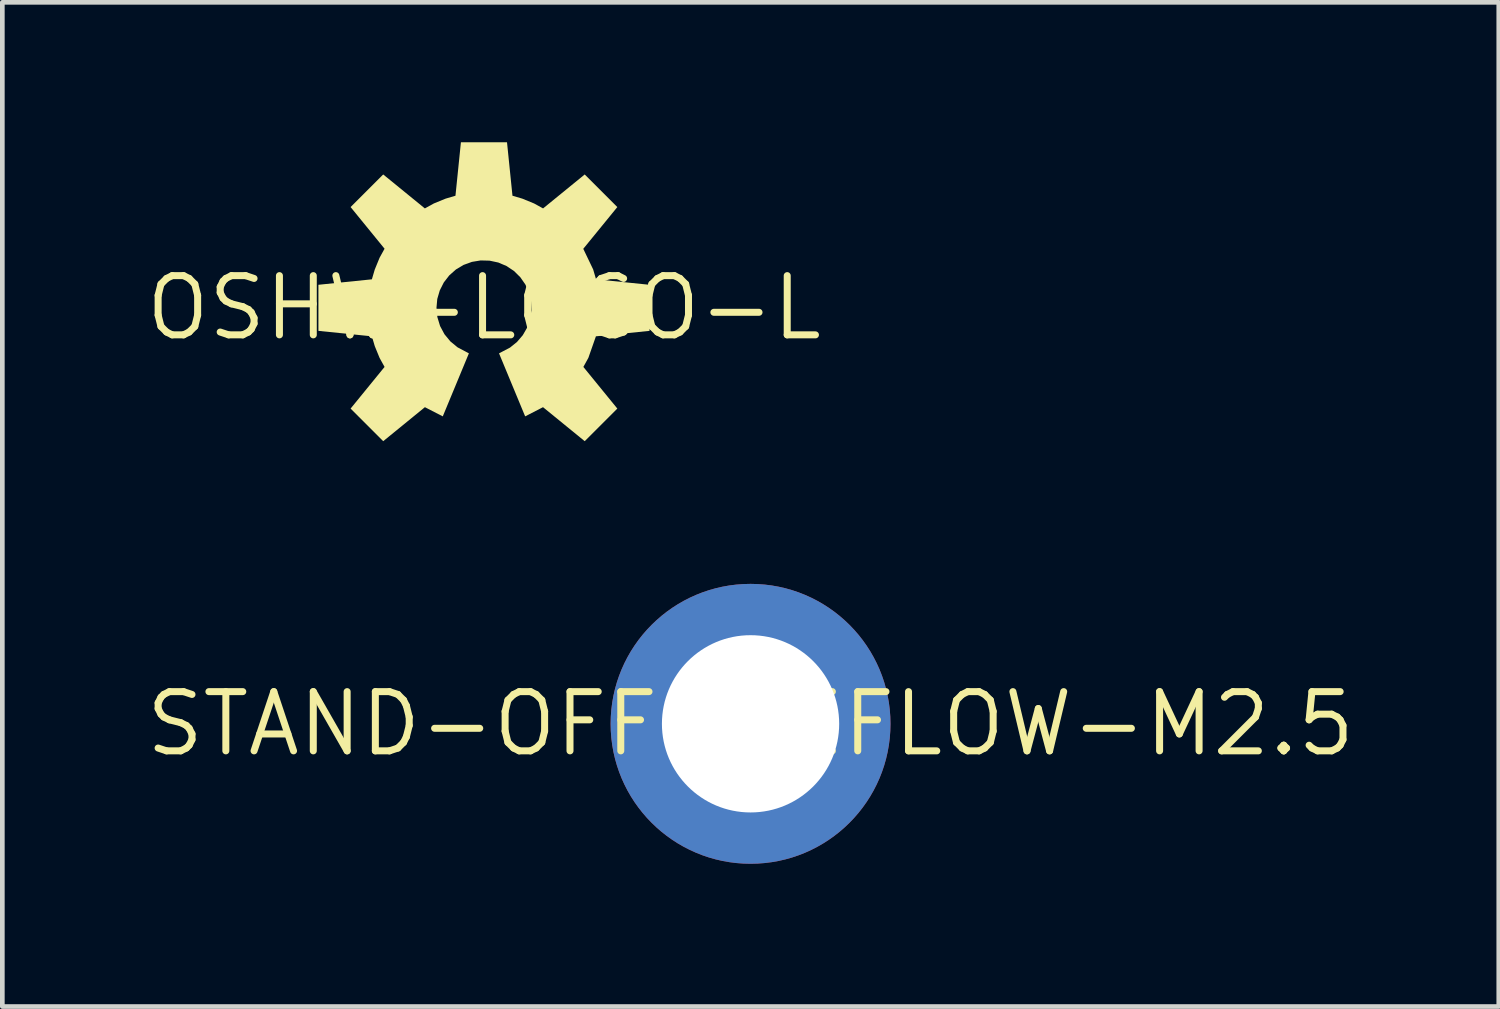
<source format=kicad_pcb>
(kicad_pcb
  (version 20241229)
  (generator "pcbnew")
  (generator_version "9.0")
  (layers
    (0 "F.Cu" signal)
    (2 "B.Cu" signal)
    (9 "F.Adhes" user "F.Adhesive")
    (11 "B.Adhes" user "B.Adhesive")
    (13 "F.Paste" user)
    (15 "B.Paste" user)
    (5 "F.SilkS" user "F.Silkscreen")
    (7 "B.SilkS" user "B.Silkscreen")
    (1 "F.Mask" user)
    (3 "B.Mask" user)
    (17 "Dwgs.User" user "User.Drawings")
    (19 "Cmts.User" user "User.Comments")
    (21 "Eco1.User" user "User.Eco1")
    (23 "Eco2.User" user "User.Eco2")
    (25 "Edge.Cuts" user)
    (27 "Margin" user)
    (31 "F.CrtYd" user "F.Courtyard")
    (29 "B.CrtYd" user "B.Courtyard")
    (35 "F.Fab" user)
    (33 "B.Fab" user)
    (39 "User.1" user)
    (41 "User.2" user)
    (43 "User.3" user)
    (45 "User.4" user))
  (footprint "STAND-OFF-REFLOW-M2.5"
    (layer "F.Cu")
    (at 13.04 12.467)
    (property "Reference" "STAND-OFF-REFLOW-M2.5" (at 0 0 0) (layer "F.SilkS") (effects (font (size 1.27 1.27) (thickness 0.15))))
    (fp_poly (pts (xy -1.713 0.865) (xy -1.596 1.079) (xy -1.45 1.276) (xy -1.276 1.45) (xy -1.079 1.596) (xy -0.863 1.714) (xy -0.633 1.799) (xy 0.073 1.95) (xy -0.35 1.95) (xy -0.35 3.06) (xy -0.737 2.992) (xy -1.059 2.898) (xy -1.369 2.768) (xy -1.662 2.605) (xy -1.936 2.41) (xy -2.186 2.186) (xy -2.41 1.936) (xy -2.605 1.662) (xy -2.768 1.369) (xy -2.898 1.059) (xy -2.992 0.737) (xy -3.049 0.409) (xy -3 0.4) (xy -3 0.35) (xy -1.862 0.35)) (stroke (width 0) (type default)) (fill yes) (layer "F.Paste"))
    (fp_poly (pts (xy -0.4 -3) (xy -0.35 -3) (xy -0.35 -1.862) (xy -0.865 -1.713) (xy -1.079 -1.596) (xy -1.276 -1.45) (xy -1.45 -1.276) (xy -1.596 -1.079) (xy -1.714 -0.863) (xy -1.799 -0.633) (xy -1.95 0.073) (xy -1.95 -0.35) (xy -3.06 -0.35) (xy -2.992 -0.737) (xy -2.898 -1.059) (xy -2.768 -1.369) (xy -2.605 -1.662) (xy -2.41 -1.936) (xy -2.186 -2.186) (xy -1.936 -2.41) (xy -1.662 -2.605) (xy -1.369 -2.768) (xy -1.059 -2.898) (xy -0.737 -2.992) (xy -0.409 -3.049)) (stroke (width 0) (type default)) (fill yes) (layer "F.Paste"))
    (fp_poly (pts (xy 0.737 -2.992) (xy 1.059 -2.898) (xy 1.369 -2.768) (xy 1.662 -2.605) (xy 1.936 -2.41) (xy 2.186 -2.186) (xy 2.41 -1.936) (xy 2.605 -1.662) (xy 2.768 -1.369) (xy 2.898 -1.059) (xy 2.992 -0.737) (xy 3.049 -0.409) (xy 3 -0.4) (xy 3 -0.35) (xy 1.86 -0.35) (xy 1.799 -0.633) (xy 1.714 -0.863) (xy 1.596 -1.079) (xy 1.45 -1.276) (xy 1.276 -1.45) (xy 1.079 -1.596) (xy 0.863 -1.714) (xy 0.633 -1.799) (xy -0.073 -1.95) (xy 0.35 -1.95) (xy 0.35 -3.06)) (stroke (width 0) (type default)) (fill yes) (layer "F.Paste"))
    (fp_poly (pts (xy 1.95 0.35) (xy 3.06 0.35) (xy 2.992 0.737) (xy 2.898 1.059) (xy 2.768 1.369) (xy 2.605 1.662) (xy 2.41 1.936) (xy 2.186 2.186) (xy 1.936 2.41) (xy 1.662 2.605) (xy 1.369 2.768) (xy 1.059 2.898) (xy 0.737 2.992) (xy 0.409 3.049) (xy 0.4 3) (xy 0.35 3) (xy 0.35 1.86) (xy 0.633 1.799) (xy 0.863 1.714) (xy 1.079 1.596) (xy 1.276 1.45) (xy 1.45 1.276) (xy 1.596 1.079) (xy 1.714 0.863) (xy 1.799 0.633) (xy 1.95 -0.073)) (stroke (width 0) (type default)) (fill yes) (layer "F.Paste"))
    (pad "1" thru_hole circle (at 0 0 180) (size 6 6) (drill 3.8) (layers "*.Cu" "*.Mask")))
  (footprint "OSHW-LOGO-L"
    (layer "F.Cu")
    (at 7.325 3.549)
    (property "Reference" "OSHW-LOGO-L" (at 0 0 0) (layer "F.SilkS") (effects (font (size 1.27 1.27) (thickness 0.15))))
    (fp_poly (pts (xy 0.611 -2.403) (xy 0.821 -2.341) (xy 1.075 -2.237) (xy 1.267 -2.131) (xy 2.16 -2.859) (xy 2.859 -2.16) (xy 2.129 -1.265) (xy 2.341 -0.823) (xy 2.403 -0.611) (xy 3.549 -0.494) (xy 3.549 0.494) (xy 2.4 0.611) (xy 2.238 1.073) (xy 2.131 1.267) (xy 2.859 2.16) (xy 2.16 2.859) (xy 1.266 2.13) (xy 0.883 2.327) (xy 0.323 0.976) (xy 0.559 0.852) (xy 0.708 0.732) (xy 0.832 0.587) (xy 0.927 0.422) (xy 0.989 0.241) (xy 1.017 0.052) (xy 1.009 -0.139) (xy 0.965 -0.325) (xy 0.888 -0.499) (xy 0.779 -0.656) (xy 0.643 -0.79) (xy 0.484 -0.896) (xy 0.308 -0.971) (xy 0.121 -1.011) (xy -0.07 -1.016) (xy -0.258 -0.985) (xy -0.437 -0.92) (xy -0.601 -0.822) (xy -0.744 -0.695) (xy -0.861 -0.544) (xy -0.947 -0.374) (xy -1.001 -0.19) (xy -1.018 -0.000157) (xy -0.999 0.199) (xy -0.941 0.39) (xy -0.847 0.566) (xy -0.72 0.72) (xy -0.566 0.847) (xy -0.323 0.976) (xy -0.883 2.327) (xy -1.266 2.13) (xy -2.16 2.859) (xy -2.859 2.16) (xy -2.131 1.267) (xy -2.237 1.075) (xy -2.341 0.821) (xy -2.403 0.611) (xy -3.549 0.494) (xy -3.549 -0.494) (xy -2.403 -0.611) (xy -2.341 -0.821) (xy -2.237 -1.075) (xy -2.131 -1.267) (xy -2.859 -2.16) (xy -2.16 -2.859) (xy -1.267 -2.131) (xy -1.075 -2.237) (xy -0.821 -2.341) (xy -0.611 -2.403) (xy -0.494 -3.549) (xy 0.494 -3.549)) (stroke (width 0) (type default)) (fill yes) (layer "F.SilkS")))
  (gr_rect
    (start -3 -3)
    (end 29.08 18.527)
    (stroke (width 0.1) (type default))
    (fill no)
    (layer "Edge.Cuts")))
</source>
